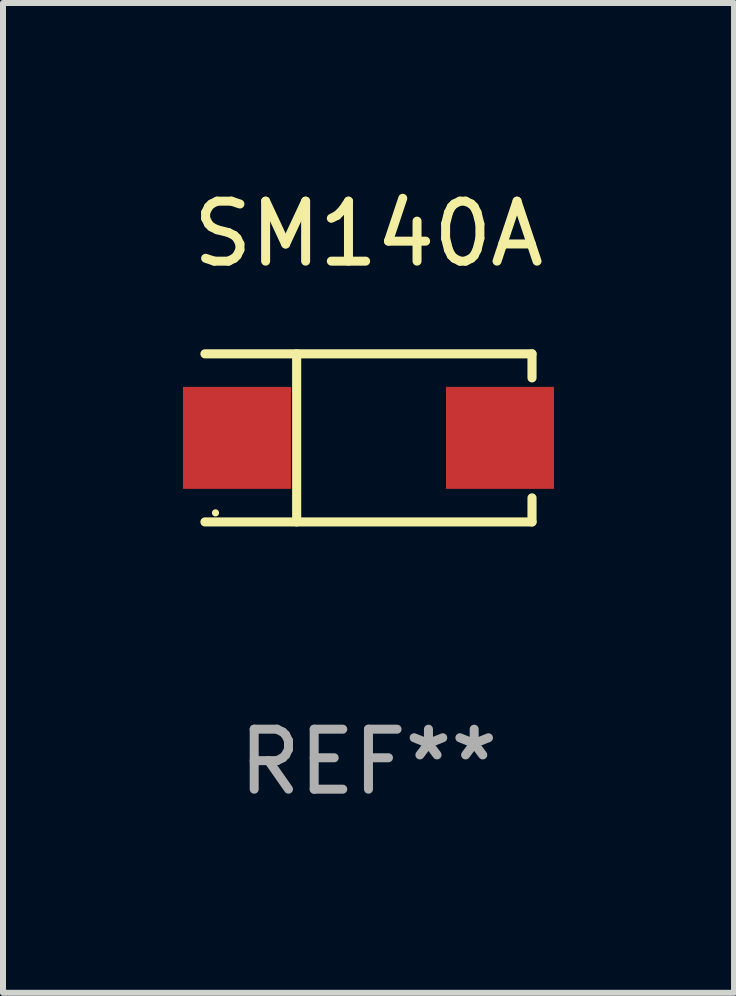
<source format=kicad_pcb>
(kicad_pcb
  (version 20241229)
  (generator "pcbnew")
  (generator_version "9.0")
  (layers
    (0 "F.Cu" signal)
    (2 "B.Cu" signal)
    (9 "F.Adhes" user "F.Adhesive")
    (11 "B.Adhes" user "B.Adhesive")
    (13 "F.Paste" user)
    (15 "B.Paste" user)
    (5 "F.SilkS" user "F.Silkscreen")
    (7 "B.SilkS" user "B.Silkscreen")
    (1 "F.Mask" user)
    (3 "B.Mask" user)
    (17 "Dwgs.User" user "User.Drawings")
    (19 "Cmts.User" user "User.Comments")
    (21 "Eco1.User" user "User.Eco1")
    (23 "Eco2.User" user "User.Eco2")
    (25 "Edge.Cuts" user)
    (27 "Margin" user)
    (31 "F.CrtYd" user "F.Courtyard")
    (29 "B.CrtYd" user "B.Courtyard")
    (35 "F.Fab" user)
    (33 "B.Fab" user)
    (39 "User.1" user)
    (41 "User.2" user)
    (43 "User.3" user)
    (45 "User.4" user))
  (footprint "SM140A"
    (layer "F.Cu")
    (at 3.092 4.249)
    (property "Reference" "SM140A" (at 0 -3.401 0) (layer "F.SilkS") (effects (font (size 1 1) (thickness 0.15))))
    (attr through_hole)
    (fp_line (start -2.726 -1.401) (end 2.726 -1.401) (stroke (width 0.152) (type solid)) (layer "F.SilkS"))
    (fp_line (start -2.726 1.401) (end 2.726 1.401) (stroke (width 0.152) (type solid)) (layer "F.SilkS"))
    (fp_line (start -1.197 -1.401) (end -1.197 1.401) (stroke (width 0.152) (type solid)) (layer "F.SilkS"))
    (fp_line (start 2.726 -1.401) (end 2.726 -1) (stroke (width 0.152) (type solid)) (layer "F.SilkS"))
    (fp_line (start 2.726 1.401) (end 2.726 1) (stroke (width 0.152) (type solid)) (layer "F.SilkS"))
    (fp_circle (center -2.55 1.25) (end -2.52 1.25) (stroke (width 0.06) (type solid)) (fill no) (layer "F.SilkS"))
    (fp_text user "REF**" (at 0 5.401 0) (layer "F.Fab") (effects (font (size 1 1) (thickness 0.15))))
    (pad "1" smd rect (at -2.192 0) (size 1.8 1.7) (layers "F.Cu" "F.Mask" "F.Paste"))
    (pad "2" smd rect (at 2.192 0) (size 1.8 1.7) (layers "F.Cu" "F.Mask" "F.Paste")))
  (gr_rect
    (start -3 -3)
    (end 9.185 13.499)
    (stroke (width 0.1) (type default))
    (fill no)
    (layer "Edge.Cuts")))
</source>
